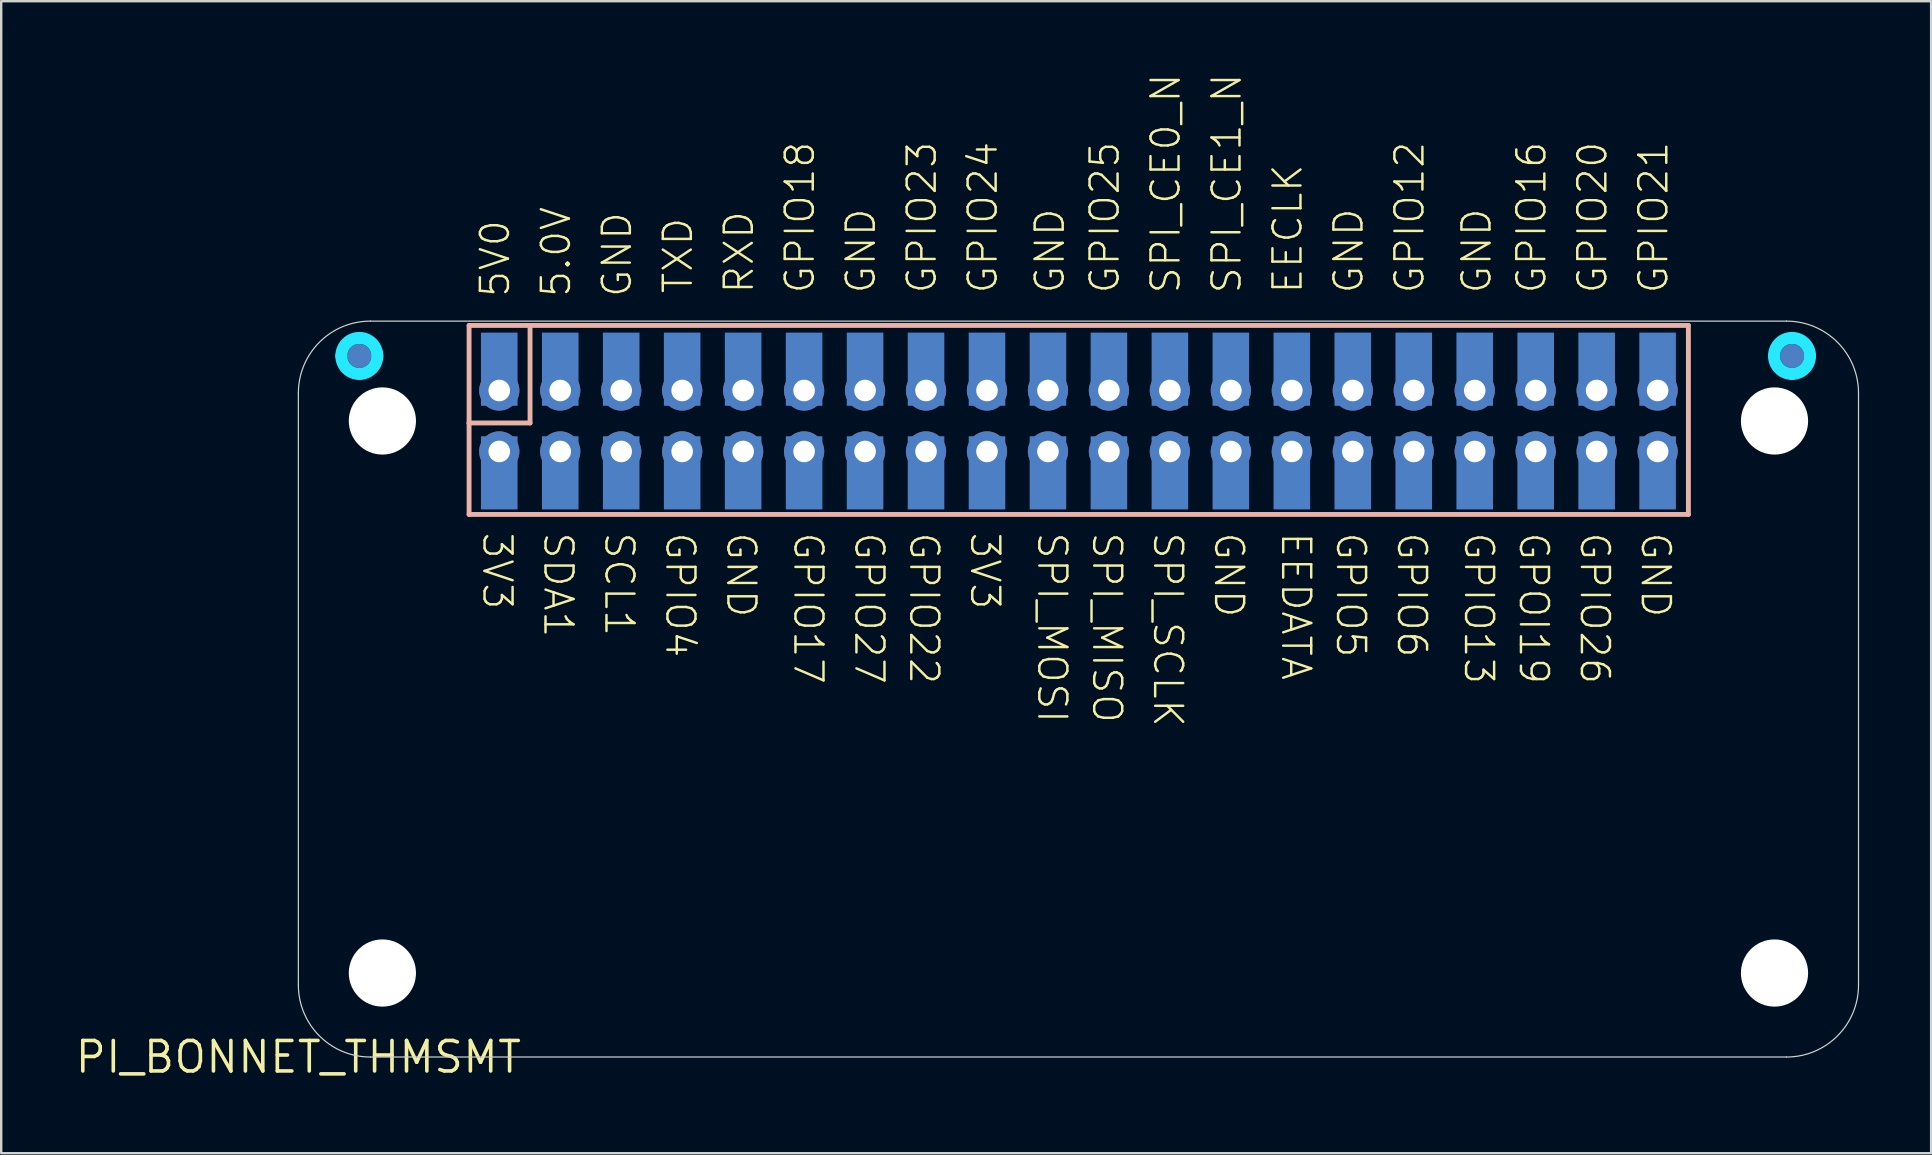
<source format=kicad_pcb>
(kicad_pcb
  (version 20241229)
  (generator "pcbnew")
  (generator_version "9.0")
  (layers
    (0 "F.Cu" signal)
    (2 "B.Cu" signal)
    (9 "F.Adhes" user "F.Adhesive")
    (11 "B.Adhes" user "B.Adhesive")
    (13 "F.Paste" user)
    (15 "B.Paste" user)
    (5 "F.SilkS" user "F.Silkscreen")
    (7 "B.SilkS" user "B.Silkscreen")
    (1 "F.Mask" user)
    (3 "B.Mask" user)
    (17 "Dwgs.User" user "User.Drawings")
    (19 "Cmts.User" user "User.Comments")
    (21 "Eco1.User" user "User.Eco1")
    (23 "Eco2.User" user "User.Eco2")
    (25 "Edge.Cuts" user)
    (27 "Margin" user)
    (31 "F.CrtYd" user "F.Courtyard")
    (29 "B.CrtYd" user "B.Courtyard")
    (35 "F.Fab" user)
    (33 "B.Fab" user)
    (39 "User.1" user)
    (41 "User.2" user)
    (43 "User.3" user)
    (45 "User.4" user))
  (footprint "PI_BONNET_THMSMT"
    (layer "F.Cu")
    (at 9.381 40.989)
    (property "Reference" "PI_BONNET_THMSMT" (at 0 0 0) (layer "F.SilkS") (effects (font (size 1.27 1.27) (thickness 0.15))))
    (fp_arc (start 1.79 -29.21) (mid 2.00967 -29.74033) (end 2.54 -29.96) (stroke (width 0.5) (type solid)) (layer "B.Mask"))
    (fp_arc (start 2.54 -29.96) (mid 3.07033 -29.74033) (end 3.29 -29.21) (stroke (width 0.5) (type solid)) (layer "B.Mask"))
    (fp_arc (start 2.54 -28.46) (mid 2.00967 -28.67967) (end 1.79 -29.21) (stroke (width 0.5) (type solid)) (layer "B.Mask"))
    (fp_arc (start 3.29 -29.21) (mid 3.07033 -28.67967) (end 2.54 -28.46) (stroke (width 0.5) (type solid)) (layer "B.Mask"))
    (fp_arc (start 61.48 -29.21) (mid 61.69967 -29.74033) (end 62.23 -29.96) (stroke (width 0.5) (type solid)) (layer "B.Mask"))
    (fp_arc (start 62.23 -29.96) (mid 62.76033 -29.74033) (end 62.98 -29.21) (stroke (width 0.5) (type solid)) (layer "B.Mask"))
    (fp_arc (start 62.23 -28.46) (mid 61.69967 -28.67967) (end 61.48 -29.21) (stroke (width 0.5) (type solid)) (layer "B.Mask"))
    (fp_arc (start 62.98 -29.21) (mid 62.76033 -28.67967) (end 62.23 -28.46) (stroke (width 0.5) (type solid)) (layer "B.Mask"))
    (fp_line (start 7.112 -30.48) (end 7.112 -26.416) (stroke (width 0.203) (type solid)) (layer "B.SilkS"))
    (fp_line (start 7.112 -26.416) (end 7.112 -22.606) (stroke (width 0.203) (type solid)) (layer "B.SilkS"))
    (fp_line (start 7.112 -26.416) (end 9.652 -26.416) (stroke (width 0.203) (type solid)) (layer "B.SilkS"))
    (fp_line (start 7.112 -22.606) (end 57.912 -22.606) (stroke (width 0.203) (type solid)) (layer "B.SilkS"))
    (fp_line (start 9.652 -30.48) (end 7.112 -30.48) (stroke (width 0.203) (type solid)) (layer "B.SilkS"))
    (fp_line (start 9.652 -26.416) (end 9.652 -30.48) (stroke (width 0.203) (type solid)) (layer "B.SilkS"))
    (fp_line (start 57.912 -30.48) (end 9.652 -30.48) (stroke (width 0.203) (type solid)) (layer "B.SilkS"))
    (fp_line (start 57.912 -22.606) (end 57.912 -30.48) (stroke (width 0.203) (type solid)) (layer "B.SilkS"))
    (fp_poly (pts (xy 7.6 -28.3) (xy 9.1 -28.3) (xy 9.1 -30.2) (xy 7.6 -30.2)) (stroke (width 0) (type default)) (fill yes) (layer "B.Paste"))
    (fp_poly (pts (xy 9.12 -24.75) (xy 7.62 -24.75) (xy 7.62 -22.85) (xy 9.12 -22.85)) (stroke (width 0) (type default)) (fill yes) (layer "B.Paste"))
    (fp_poly (pts (xy 10.14 -28.3) (xy 11.64 -28.3) (xy 11.64 -30.2) (xy 10.14 -30.2)) (stroke (width 0) (type default)) (fill yes) (layer "B.Paste"))
    (fp_poly (pts (xy 11.66 -24.75) (xy 10.16 -24.75) (xy 10.16 -22.85) (xy 11.66 -22.85)) (stroke (width 0) (type default)) (fill yes) (layer "B.Paste"))
    (fp_poly (pts (xy 12.68 -28.3) (xy 14.18 -28.3) (xy 14.18 -30.2) (xy 12.68 -30.2)) (stroke (width 0) (type default)) (fill yes) (layer "B.Paste"))
    (fp_poly (pts (xy 14.2 -24.75) (xy 12.7 -24.75) (xy 12.7 -22.85) (xy 14.2 -22.85)) (stroke (width 0) (type default)) (fill yes) (layer "B.Paste"))
    (fp_poly (pts (xy 15.22 -28.3) (xy 16.72 -28.3) (xy 16.72 -30.2) (xy 15.22 -30.2)) (stroke (width 0) (type default)) (fill yes) (layer "B.Paste"))
    (fp_poly (pts (xy 16.74 -24.75) (xy 15.24 -24.75) (xy 15.24 -22.85) (xy 16.74 -22.85)) (stroke (width 0) (type default)) (fill yes) (layer "B.Paste"))
    (fp_poly (pts (xy 17.76 -28.3) (xy 19.26 -28.3) (xy 19.26 -30.2) (xy 17.76 -30.2)) (stroke (width 0) (type default)) (fill yes) (layer "B.Paste"))
    (fp_poly (pts (xy 19.28 -24.75) (xy 17.78 -24.75) (xy 17.78 -22.85) (xy 19.28 -22.85)) (stroke (width 0) (type default)) (fill yes) (layer "B.Paste"))
    (fp_poly (pts (xy 20.3 -28.3) (xy 21.8 -28.3) (xy 21.8 -30.2) (xy 20.3 -30.2)) (stroke (width 0) (type default)) (fill yes) (layer "B.Paste"))
    (fp_poly (pts (xy 21.82 -24.75) (xy 20.32 -24.75) (xy 20.32 -22.85) (xy 21.82 -22.85)) (stroke (width 0) (type default)) (fill yes) (layer "B.Paste"))
    (fp_poly (pts (xy 22.84 -28.3) (xy 24.34 -28.3) (xy 24.34 -30.2) (xy 22.84 -30.2)) (stroke (width 0) (type default)) (fill yes) (layer "B.Paste"))
    (fp_poly (pts (xy 24.36 -24.75) (xy 22.86 -24.75) (xy 22.86 -22.85) (xy 24.36 -22.85)) (stroke (width 0) (type default)) (fill yes) (layer "B.Paste"))
    (fp_poly (pts (xy 25.38 -28.3) (xy 26.88 -28.3) (xy 26.88 -30.2) (xy 25.38 -30.2)) (stroke (width 0) (type default)) (fill yes) (layer "B.Paste"))
    (fp_poly (pts (xy 26.9 -24.75) (xy 25.4 -24.75) (xy 25.4 -22.85) (xy 26.9 -22.85)) (stroke (width 0) (type default)) (fill yes) (layer "B.Paste"))
    (fp_poly (pts (xy 27.92 -28.3) (xy 29.42 -28.3) (xy 29.42 -30.2) (xy 27.92 -30.2)) (stroke (width 0) (type default)) (fill yes) (layer "B.Paste"))
    (fp_poly (pts (xy 29.44 -24.75) (xy 27.94 -24.75) (xy 27.94 -22.85) (xy 29.44 -22.85)) (stroke (width 0) (type default)) (fill yes) (layer "B.Paste"))
    (fp_poly (pts (xy 30.46 -28.3) (xy 31.96 -28.3) (xy 31.96 -30.2) (xy 30.46 -30.2)) (stroke (width 0) (type default)) (fill yes) (layer "B.Paste"))
    (fp_poly (pts (xy 31.98 -24.75) (xy 30.48 -24.75) (xy 30.48 -22.85) (xy 31.98 -22.85)) (stroke (width 0) (type default)) (fill yes) (layer "B.Paste"))
    (fp_poly (pts (xy 33 -28.3) (xy 34.5 -28.3) (xy 34.5 -30.2) (xy 33 -30.2)) (stroke (width 0) (type default)) (fill yes) (layer "B.Paste"))
    (fp_poly (pts (xy 34.52 -24.75) (xy 33.02 -24.75) (xy 33.02 -22.85) (xy 34.52 -22.85)) (stroke (width 0) (type default)) (fill yes) (layer "B.Paste"))
    (fp_poly (pts (xy 35.54 -28.3) (xy 37.04 -28.3) (xy 37.04 -30.2) (xy 35.54 -30.2)) (stroke (width 0) (type default)) (fill yes) (layer "B.Paste"))
    (fp_poly (pts (xy 37.06 -24.75) (xy 35.56 -24.75) (xy 35.56 -22.85) (xy 37.06 -22.85)) (stroke (width 0) (type default)) (fill yes) (layer "B.Paste"))
    (fp_poly (pts (xy 38.08 -28.3) (xy 39.58 -28.3) (xy 39.58 -30.2) (xy 38.08 -30.2)) (stroke (width 0) (type default)) (fill yes) (layer "B.Paste"))
    (fp_poly (pts (xy 39.6 -24.75) (xy 38.1 -24.75) (xy 38.1 -22.85) (xy 39.6 -22.85)) (stroke (width 0) (type default)) (fill yes) (layer "B.Paste"))
    (fp_poly (pts (xy 40.62 -28.3) (xy 42.12 -28.3) (xy 42.12 -30.2) (xy 40.62 -30.2)) (stroke (width 0) (type default)) (fill yes) (layer "B.Paste"))
    (fp_poly (pts (xy 42.14 -24.75) (xy 40.64 -24.75) (xy 40.64 -22.85) (xy 42.14 -22.85)) (stroke (width 0) (type default)) (fill yes) (layer "B.Paste"))
    (fp_poly (pts (xy 43.16 -28.3) (xy 44.66 -28.3) (xy 44.66 -30.2) (xy 43.16 -30.2)) (stroke (width 0) (type default)) (fill yes) (layer "B.Paste"))
    (fp_poly (pts (xy 44.68 -24.75) (xy 43.18 -24.75) (xy 43.18 -22.85) (xy 44.68 -22.85)) (stroke (width 0) (type default)) (fill yes) (layer "B.Paste"))
    (fp_poly (pts (xy 45.7 -28.3) (xy 47.2 -28.3) (xy 47.2 -30.2) (xy 45.7 -30.2)) (stroke (width 0) (type default)) (fill yes) (layer "B.Paste"))
    (fp_poly (pts (xy 47.22 -24.75) (xy 45.72 -24.75) (xy 45.72 -22.85) (xy 47.22 -22.85)) (stroke (width 0) (type default)) (fill yes) (layer "B.Paste"))
    (fp_poly (pts (xy 48.24 -28.3) (xy 49.74 -28.3) (xy 49.74 -30.2) (xy 48.24 -30.2)) (stroke (width 0) (type default)) (fill yes) (layer "B.Paste"))
    (fp_poly (pts (xy 49.76 -24.75) (xy 48.26 -24.75) (xy 48.26 -22.85) (xy 49.76 -22.85)) (stroke (width 0) (type default)) (fill yes) (layer "B.Paste"))
    (fp_poly (pts (xy 50.78 -28.3) (xy 52.28 -28.3) (xy 52.28 -30.2) (xy 50.78 -30.2)) (stroke (width 0) (type default)) (fill yes) (layer "B.Paste"))
    (fp_poly (pts (xy 52.3 -24.75) (xy 50.8 -24.75) (xy 50.8 -22.85) (xy 52.3 -22.85)) (stroke (width 0) (type default)) (fill yes) (layer "B.Paste"))
    (fp_poly (pts (xy 53.32 -28.3) (xy 54.82 -28.3) (xy 54.82 -30.2) (xy 53.32 -30.2)) (stroke (width 0) (type default)) (fill yes) (layer "B.Paste"))
    (fp_poly (pts (xy 54.84 -24.75) (xy 53.34 -24.75) (xy 53.34 -22.85) (xy 54.84 -22.85)) (stroke (width 0) (type default)) (fill yes) (layer "B.Paste"))
    (fp_poly (pts (xy 55.86 -28.3) (xy 57.36 -28.3) (xy 57.36 -30.2) (xy 55.86 -30.2)) (stroke (width 0) (type default)) (fill yes) (layer "B.Paste"))
    (fp_poly (pts (xy 57.38 -24.75) (xy 55.88 -24.75) (xy 55.88 -22.85) (xy 57.38 -22.85)) (stroke (width 0) (type default)) (fill yes) (layer "B.Paste"))
    (fp_line (start 0 -27.66) (end 0 -3) (stroke (width 0.05) (type solid)) (layer "Edge.Cuts"))
    (fp_line (start 3 0) (end 62 0) (stroke (width 0.05) (type solid)) (layer "Edge.Cuts"))
    (fp_line (start 62 -30.66) (end 3 -30.66) (stroke (width 0.05) (type solid)) (layer "Edge.Cuts"))
    (fp_line (start 65 -3) (end 65 -27.66) (stroke (width 0.05) (type solid)) (layer "Edge.Cuts"))
    (fp_arc (start 0 -27.6604) (mid 0.87868 -29.78172) (end 3 -30.6604) (stroke (width 0.05) (type solid)) (layer "Edge.Cuts"))
    (fp_arc (start 3 0) (mid 0.87868 -0.87868) (end 0 -3) (stroke (width 0.05) (type solid)) (layer "Edge.Cuts"))
    (fp_arc (start 62 -30.6604) (mid 64.12132 -29.78172) (end 65 -27.6604) (stroke (width 0.05) (type solid)) (layer "Edge.Cuts"))
    (fp_arc (start 65 -3) (mid 64.12132 -0.87868) (end 62 0) (stroke (width 0.05) (type solid)) (layer "Edge.Cuts"))
    (fp_arc (start 1.79 -29.21) (mid 2.00967 -29.74033) (end 2.54 -29.96) (stroke (width 0.5) (type solid)) (layer "B.CrtYd"))
    (fp_arc (start 2.54 -29.96) (mid 3.07033 -29.74033) (end 3.29 -29.21) (stroke (width 0.5) (type solid)) (layer "B.CrtYd"))
    (fp_arc (start 2.54 -28.46) (mid 2.00967 -28.67967) (end 1.79 -29.21) (stroke (width 0.5) (type solid)) (layer "B.CrtYd"))
    (fp_arc (start 3.29 -29.21) (mid 3.07033 -28.67967) (end 2.54 -28.46) (stroke (width 0.5) (type solid)) (layer "B.CrtYd"))
    (fp_arc (start 61.48 -29.21) (mid 61.69967 -29.74033) (end 62.23 -29.96) (stroke (width 0.5) (type solid)) (layer "B.CrtYd"))
    (fp_arc (start 62.23 -29.96) (mid 62.76033 -29.74033) (end 62.98 -29.21) (stroke (width 0.5) (type solid)) (layer "B.CrtYd"))
    (fp_arc (start 62.23 -28.46) (mid 61.69967 -28.67967) (end 61.48 -29.21) (stroke (width 0.5) (type solid)) (layer "B.CrtYd"))
    (fp_arc (start 62.98 -29.21) (mid 62.76033 -28.67967) (end 62.23 -28.46) (stroke (width 0.5) (type solid)) (layer "B.CrtYd"))
    (fp_text user "GPIO18" (at 21.578 -31.738 90) (unlocked yes) (layer "F.SilkS") (effects (font (size 1.168 1.168) (thickness 0.102)) (justify left bottom)))
    (fp_text user "5V0" (at 8.878 -31.585 90) (unlocked yes) (layer "F.SilkS") (effects (font (size 1.168 1.168) (thickness 0.102)) (justify left bottom)))
    (fp_text user "SPI_CE0_N" (at 36.818 -31.738 90) (unlocked yes) (layer "F.SilkS") (effects (font (size 1.168 1.168) (thickness 0.102)) (justify left bottom)))
    (fp_text user "GPOI19" (at 50.788 -21.933 270) (unlocked yes) (layer "F.SilkS") (effects (font (size 1.168 1.168) (thickness 0.102)) (justify left bottom)))
    (fp_text user "GPIO24" (at 29.198 -31.738 90) (unlocked yes) (layer "F.SilkS") (effects (font (size 1.168 1.168) (thickness 0.102)) (justify left bottom)))
    (fp_text user "GPIO21" (at 57.138 -31.738 90) (unlocked yes) (layer "F.SilkS") (effects (font (size 1.168 1.168) (thickness 0.102)) (justify left bottom)))
    (fp_text user "SCL1" (at 12.688 -21.933 270) (unlocked yes) (layer "F.SilkS") (effects (font (size 1.168 1.168) (thickness 0.102)) (justify left bottom)))
    (fp_text user "GPIO25" (at 34.278 -31.738 90) (unlocked yes) (layer "F.SilkS") (effects (font (size 1.168 1.168) (thickness 0.102)) (justify left bottom)))
    (fp_text user "EECLK" (at 41.898 -31.738 90) (unlocked yes) (layer "F.SilkS") (effects (font (size 1.168 1.168) (thickness 0.102)) (justify left bottom)))
    (fp_text user "GPIO5" (at 43.168 -21.933 270) (unlocked yes) (layer "F.SilkS") (effects (font (size 1.168 1.168) (thickness 0.102)) (justify left bottom)))
    (fp_text user "SDA1" (at 10.148 -21.933 270) (unlocked yes) (layer "F.SilkS") (effects (font (size 1.168 1.168) (thickness 0.102)) (justify left bottom)))
    (fp_text user "GND" (at 31.992 -31.738 90) (unlocked yes) (layer "F.SilkS") (effects (font (size 1.168 1.168) (thickness 0.102)) (justify left bottom)))
    (fp_text user "GPIO22" (at 25.388 -21.933 270) (unlocked yes) (layer "F.SilkS") (effects (font (size 1.168 1.168) (thickness 0.102)) (justify left bottom)))
    (fp_text user "GND" (at 38.088 -21.933 270) (unlocked yes) (layer "F.SilkS") (effects (font (size 1.168 1.168) (thickness 0.102)) (justify left bottom)))
    (fp_text user "SPI_SCLK" (at 35.548 -21.933 270) (unlocked yes) (layer "F.SilkS") (effects (font (size 1.168 1.168) (thickness 0.102)) (justify left bottom)))
    (fp_text user "GPIO13" (at 48.502 -21.933 270) (unlocked yes) (layer "F.SilkS") (effects (font (size 1.168 1.168) (thickness 0.102)) (justify left bottom)))
    (fp_text user "GPIO4" (at 15.228 -21.933 270) (unlocked yes) (layer "F.SilkS") (effects (font (size 1.168 1.168) (thickness 0.102)) (justify left bottom)))
    (fp_text user "GND" (at 17.768 -21.933 270) (unlocked yes) (layer "F.SilkS") (effects (font (size 1.168 1.168) (thickness 0.102)) (justify left bottom)))
    (fp_text user "3V3" (at 27.928 -21.933 270) (unlocked yes) (layer "F.SilkS") (effects (font (size 1.168 1.168) (thickness 0.102)) (justify left bottom)))
    (fp_text user "GPIO6" (at 45.708 -21.933 270) (unlocked yes) (layer "F.SilkS") (effects (font (size 1.168 1.168) (thickness 0.102)) (justify left bottom)))
    (fp_text user "GND" (at 49.772 -31.738 90) (unlocked yes) (layer "F.SilkS") (effects (font (size 1.168 1.168) (thickness 0.102)) (justify left bottom)))
    (fp_text user "GPIO12" (at 46.978 -31.738 90) (unlocked yes) (layer "F.SilkS") (effects (font (size 1.168 1.168) (thickness 0.102)) (justify left bottom)))
    (fp_text user "3V3" (at 7.608 -21.933 270) (unlocked yes) (layer "F.SilkS") (effects (font (size 1.168 1.168) (thickness 0.102)) (justify left bottom)))
    (fp_text user "TXD" (at 16.498 -31.738 90) (unlocked yes) (layer "F.SilkS") (effects (font (size 1.168 1.168) (thickness 0.102)) (justify left bottom)))
    (fp_text user "GPIO16" (at 52.058 -31.738 90) (unlocked yes) (layer "F.SilkS") (effects (font (size 1.168 1.168) (thickness 0.102)) (justify left bottom)))
    (fp_text user "GND" (at 44.438 -31.738 90) (unlocked yes) (layer "F.SilkS") (effects (font (size 1.168 1.168) (thickness 0.102)) (justify left bottom)))
    (fp_text user "GND" (at 13.958 -31.585 90) (unlocked yes) (layer "F.SilkS") (effects (font (size 1.168 1.168) (thickness 0.102)) (justify left bottom)))
    (fp_text user "GPIO20" (at 54.598 -31.738 90) (unlocked yes) (layer "F.SilkS") (effects (font (size 1.168 1.168) (thickness 0.102)) (justify left bottom)))
    (fp_text user "5.0V" (at 11.418 -31.585 90) (unlocked yes) (layer "F.SilkS") (effects (font (size 1.168 1.168) (thickness 0.102)) (justify left bottom)))
    (fp_text user "GPIO17" (at 20.562 -21.933 270) (unlocked yes) (layer "F.SilkS") (effects (font (size 1.168 1.168) (thickness 0.102)) (justify left bottom)))
    (fp_text user "SPI_CE1_N" (at 39.358 -31.738 90) (unlocked yes) (layer "F.SilkS") (effects (font (size 1.168 1.168) (thickness 0.102)) (justify left bottom)))
    (fp_text user "GPIO23" (at 26.658 -31.738 90) (unlocked yes) (layer "F.SilkS") (effects (font (size 1.168 1.168) (thickness 0.102)) (justify left bottom)))
    (fp_text user "EEDATA" (at 40.882 -21.933 270) (unlocked yes) (layer "F.SilkS") (effects (font (size 1.168 1.168) (thickness 0.102)) (justify left bottom)))
    (fp_text user "GND" (at 55.868 -21.933 270) (unlocked yes) (layer "F.SilkS") (effects (font (size 1.168 1.168) (thickness 0.102)) (justify left bottom)))
    (fp_text user "GPIO26" (at 53.328 -21.933 270) (unlocked yes) (layer "F.SilkS") (effects (font (size 1.168 1.168) (thickness 0.102)) (justify left bottom)))
    (fp_text user "RXD" (at 19.038 -31.738 90) (unlocked yes) (layer "F.SilkS") (effects (font (size 1.168 1.168) (thickness 0.102)) (justify left bottom)))
    (fp_text user "SPI_MOSI" (at 30.722 -21.933 270) (unlocked yes) (layer "F.SilkS") (effects (font (size 1.168 1.168) (thickness 0.102)) (justify left bottom)))
    (fp_text user "GND" (at 24.118 -31.738 90) (unlocked yes) (layer "F.SilkS") (effects (font (size 1.168 1.168) (thickness 0.102)) (justify left bottom)))
    (fp_text user "SPI_MISO" (at 33.008 -21.933 270) (unlocked yes) (layer "F.SilkS") (effects (font (size 1.168 1.168) (thickness 0.102)) (justify left bottom)))
    (fp_text user "GPIO27" (at 23.102 -21.933 270) (unlocked yes) (layer "F.SilkS") (effects (font (size 1.168 1.168) (thickness 0.102)) (justify left bottom)))
    (pad "" np_thru_hole circle (at 3.5 -26.5) (size 2.8 2.8) (drill 2.8) (layers "*.Cu" "*.Mask"))
    (pad "" np_thru_hole circle (at 3.5 -3.5) (size 2.8 2.8) (drill 2.8) (layers "*.Cu" "*.Mask"))
    (pad "" np_thru_hole circle (at 61.5 -26.5) (size 2.8 2.8) (drill 2.8) (layers "*.Cu" "*.Mask"))
    (pad "" np_thru_hole circle (at 61.5 -3.5) (size 2.8 2.8) (drill 2.8) (layers "*.Cu" "*.Mask"))
    (pad "1" thru_hole circle (at 8.37 -25.23) (size 1.676 1.676) (drill 0.9) (layers "*.Cu" "*.Mask"))
    (pad "2" thru_hole circle (at 8.37 -27.77) (size 1.676 1.676) (drill 0.9) (layers "*.Cu" "*.Mask"))
    (pad "3" thru_hole circle (at 10.91 -25.23) (size 1.676 1.676) (drill 0.9) (layers "*.Cu" "*.Mask"))
    (pad "4" thru_hole circle (at 10.91 -27.77) (size 1.676 1.676) (drill 0.9) (layers "*.Cu" "*.Mask"))
    (pad "5" thru_hole circle (at 13.45 -25.23) (size 1.676 1.676) (drill 0.9) (layers "*.Cu" "*.Mask"))
    (pad "6" thru_hole circle (at 13.45 -27.77) (size 1.676 1.676) (drill 0.9) (layers "*.Cu" "*.Mask"))
    (pad "7" thru_hole circle (at 15.99 -25.23) (size 1.676 1.676) (drill 0.9) (layers "*.Cu" "*.Mask"))
    (pad "8" thru_hole circle (at 15.99 -27.77) (size 1.676 1.676) (drill 0.9) (layers "*.Cu" "*.Mask"))
    (pad "9" thru_hole circle (at 18.53 -25.23) (size 1.676 1.676) (drill 0.9) (layers "*.Cu" "*.Mask"))
    (pad "10" thru_hole circle (at 18.53 -27.77) (size 1.676 1.676) (drill 0.9) (layers "*.Cu" "*.Mask"))
    (pad "11" thru_hole circle (at 21.07 -25.23) (size 1.676 1.676) (drill 0.9) (layers "*.Cu" "*.Mask"))
    (pad "12" thru_hole circle (at 21.07 -27.77) (size 1.676 1.676) (drill 0.9) (layers "*.Cu" "*.Mask"))
    (pad "13" thru_hole circle (at 23.61 -25.23) (size 1.676 1.676) (drill 0.9) (layers "*.Cu" "*.Mask"))
    (pad "14" thru_hole circle (at 23.61 -27.77) (size 1.676 1.676) (drill 0.9) (layers "*.Cu" "*.Mask"))
    (pad "15" thru_hole circle (at 26.15 -25.23) (size 1.676 1.676) (drill 0.9) (layers "*.Cu" "*.Mask"))
    (pad "16" thru_hole circle (at 26.15 -27.77) (size 1.676 1.676) (drill 0.9) (layers "*.Cu" "*.Mask"))
    (pad "17" thru_hole circle (at 28.69 -25.23) (size 1.676 1.676) (drill 0.9) (layers "*.Cu" "*.Mask"))
    (pad "18" thru_hole circle (at 28.69 -27.77) (size 1.676 1.676) (drill 0.9) (layers "*.Cu" "*.Mask"))
    (pad "19" thru_hole circle (at 31.23 -25.23) (size 1.676 1.676) (drill 0.9) (layers "*.Cu" "*.Mask"))
    (pad "20" thru_hole circle (at 31.23 -27.77) (size 1.676 1.676) (drill 0.9) (layers "*.Cu" "*.Mask"))
    (pad "21" thru_hole circle (at 33.77 -25.23) (size 1.676 1.676) (drill 0.9) (layers "*.Cu" "*.Mask"))
    (pad "22" thru_hole circle (at 33.77 -27.77) (size 1.676 1.676) (drill 0.9) (layers "*.Cu" "*.Mask"))
    (pad "23" thru_hole circle (at 36.31 -25.23) (size 1.676 1.676) (drill 0.9) (layers "*.Cu" "*.Mask"))
    (pad "24" thru_hole circle (at 36.31 -27.77) (size 1.676 1.676) (drill 0.9) (layers "*.Cu" "*.Mask"))
    (pad "25" thru_hole circle (at 38.85 -25.23) (size 1.676 1.676) (drill 0.9) (layers "*.Cu" "*.Mask"))
    (pad "26" thru_hole circle (at 38.85 -27.77) (size 1.676 1.676) (drill 0.9) (layers "*.Cu" "*.Mask"))
    (pad "27" thru_hole circle (at 41.39 -25.23) (size 1.676 1.676) (drill 0.9) (layers "*.Cu" "*.Mask"))
    (pad "28" thru_hole circle (at 41.39 -27.77) (size 1.676 1.676) (drill 0.9) (layers "*.Cu" "*.Mask"))
    (pad "29" thru_hole circle (at 43.93 -25.23) (size 1.676 1.676) (drill 0.9) (layers "*.Cu" "*.Mask"))
    (pad "30" thru_hole circle (at 43.93 -27.77) (size 1.676 1.676) (drill 0.9) (layers "*.Cu" "*.Mask"))
    (pad "31" thru_hole circle (at 46.47 -25.23) (size 1.676 1.676) (drill 0.9) (layers "*.Cu" "*.Mask"))
    (pad "32" thru_hole circle (at 46.47 -27.77) (size 1.676 1.676) (drill 0.9) (layers "*.Cu" "*.Mask"))
    (pad "33" thru_hole circle (at 49.01 -25.23) (size 1.676 1.676) (drill 0.9) (layers "*.Cu" "*.Mask"))
    (pad "34" thru_hole circle (at 49.01 -27.77) (size 1.676 1.676) (drill 0.9) (layers "*.Cu" "*.Mask"))
    (pad "35" thru_hole circle (at 51.55 -25.23) (size 1.676 1.676) (drill 0.9) (layers "*.Cu" "*.Mask"))
    (pad "36" thru_hole circle (at 51.55 -27.77) (size 1.676 1.676) (drill 0.9) (layers "*.Cu" "*.Mask"))
    (pad "37" thru_hole circle (at 54.09 -25.23) (size 1.676 1.676) (drill 0.9) (layers "*.Cu" "*.Mask"))
    (pad "38" thru_hole circle (at 54.09 -27.77) (size 1.676 1.676) (drill 0.9) (layers "*.Cu" "*.Mask"))
    (pad "39" thru_hole circle (at 56.63 -25.23) (size 1.676 1.676) (drill 0.9) (layers "*.Cu" "*.Mask"))
    (pad "40" thru_hole circle (at 56.63 -27.77) (size 1.676 1.676) (drill 0.9) (layers "*.Cu" "*.Mask"))
    (pad "41" smd roundrect (at 2.54 -29.21 180) (size 1 1) (layers "B.Cu" "B.Mask") (roundrect_rratio 0.5))
    (pad "42" smd roundrect (at 62.23 -29.21 180) (size 1 1) (layers "B.Cu" "B.Mask") (roundrect_rratio 0.5))
    (pad "S1" smd rect (at 8.37 -24.339 270) (size 3.048 1.524) (layers "B.Cu" "B.Mask"))
    (pad "S2" smd rect (at 8.37 -28.657 270) (size 3.048 1.524) (layers "B.Cu" "B.Mask"))
    (pad "S3" smd rect (at 10.91 -24.339 90) (size 3.048 1.524) (layers "B.Cu" "B.Mask"))
    (pad "S4" smd rect (at 10.91 -28.657 270) (size 3.048 1.524) (layers "B.Cu" "B.Mask"))
    (pad "S5" smd rect (at 13.45 -24.339 90) (size 3.048 1.524) (layers "B.Cu" "B.Mask"))
    (pad "S6" smd rect (at 13.45 -28.657 270) (size 3.048 1.524) (layers "B.Cu" "B.Mask"))
    (pad "S7" smd rect (at 15.99 -24.339 90) (size 3.048 1.524) (layers "B.Cu" "B.Mask"))
    (pad "S8" smd rect (at 15.99 -28.657 270) (size 3.048 1.524) (layers "B.Cu" "B.Mask"))
    (pad "S9" smd rect (at 18.53 -24.339 90) (size 3.048 1.524) (layers "B.Cu" "B.Mask"))
    (pad "S10" smd rect (at 18.53 -28.657 270) (size 3.048 1.524) (layers "B.Cu" "B.Mask"))
    (pad "S11" smd rect (at 21.07 -24.339 90) (size 3.048 1.524) (layers "B.Cu" "B.Mask"))
    (pad "S12" smd rect (at 21.07 -28.657 270) (size 3.048 1.524) (layers "B.Cu" "B.Mask"))
    (pad "S13" smd rect (at 23.61 -24.339 90) (size 3.048 1.524) (layers "B.Cu" "B.Mask"))
    (pad "S14" smd rect (at 23.61 -28.657 270) (size 3.048 1.524) (layers "B.Cu" "B.Mask"))
    (pad "S15" smd rect (at 26.15 -24.339 90) (size 3.048 1.524) (layers "B.Cu" "B.Mask"))
    (pad "S16" smd rect (at 26.15 -28.657 270) (size 3.048 1.524) (layers "B.Cu" "B.Mask"))
    (pad "S17" smd rect (at 28.69 -24.339 90) (size 3.048 1.524) (layers "B.Cu" "B.Mask"))
    (pad "S18" smd rect (at 28.69 -28.657 270) (size 3.048 1.524) (layers "B.Cu" "B.Mask"))
    (pad "S19" smd rect (at 31.23 -24.339 90) (size 3.048 1.524) (layers "B.Cu" "B.Mask"))
    (pad "S20" smd rect (at 31.23 -28.657 270) (size 3.048 1.524) (layers "B.Cu" "B.Mask"))
    (pad "S21" smd rect (at 33.77 -24.339 90) (size 3.048 1.524) (layers "B.Cu" "B.Mask"))
    (pad "S22" smd rect (at 33.77 -28.657 270) (size 3.048 1.524) (layers "B.Cu" "B.Mask"))
    (pad "S23" smd rect (at 36.31 -24.339 90) (size 3.048 1.524) (layers "B.Cu" "B.Mask"))
    (pad "S24" smd rect (at 36.31 -28.657 270) (size 3.048 1.524) (layers "B.Cu" "B.Mask"))
    (pad "S25" smd rect (at 38.85 -24.339 90) (size 3.048 1.524) (layers "B.Cu" "B.Mask"))
    (pad "S26" smd rect (at 38.85 -28.657 270) (size 3.048 1.524) (layers "B.Cu" "B.Mask"))
    (pad "S27" smd rect (at 41.39 -24.339 90) (size 3.048 1.524) (layers "B.Cu" "B.Mask"))
    (pad "S28" smd rect (at 41.39 -28.657 270) (size 3.048 1.524) (layers "B.Cu" "B.Mask"))
    (pad "S29" smd rect (at 43.93 -24.339 90) (size 3.048 1.524) (layers "B.Cu" "B.Mask"))
    (pad "S30" smd rect (at 43.93 -28.657 270) (size 3.048 1.524) (layers "B.Cu" "B.Mask"))
    (pad "S31" smd rect (at 46.47 -24.339 90) (size 3.048 1.524) (layers "B.Cu" "B.Mask"))
    (pad "S32" smd rect (at 46.47 -28.657 270) (size 3.048 1.524) (layers "B.Cu" "B.Mask"))
    (pad "S33" smd rect (at 49.01 -24.339 90) (size 3.048 1.524) (layers "B.Cu" "B.Mask"))
    (pad "S34" smd rect (at 49.01 -28.657 270) (size 3.048 1.524) (layers "B.Cu" "B.Mask"))
    (pad "S35" smd rect (at 51.55 -24.339 90) (size 3.048 1.524) (layers "B.Cu" "B.Mask"))
    (pad "S36" smd rect (at 51.55 -28.657 270) (size 3.048 1.524) (layers "B.Cu" "B.Mask"))
    (pad "S37" smd rect (at 54.09 -24.339 90) (size 3.048 1.524) (layers "B.Cu" "B.Mask"))
    (pad "S38" smd rect (at 54.09 -28.657 270) (size 3.048 1.524) (layers "B.Cu" "B.Mask"))
    (pad "S39" smd rect (at 56.63 -24.339 90) (size 3.048 1.524) (layers "B.Cu" "B.Mask"))
    (pad "S40" smd rect (at 56.63 -28.657 270) (size 3.048 1.524) (layers "B.Cu" "B.Mask")))
  (gr_rect
    (start -3 -3)
    (end 77.406 44.995)
    (stroke (width 0.1) (type default))
    (fill no)
    (layer "Edge.Cuts")))
</source>
